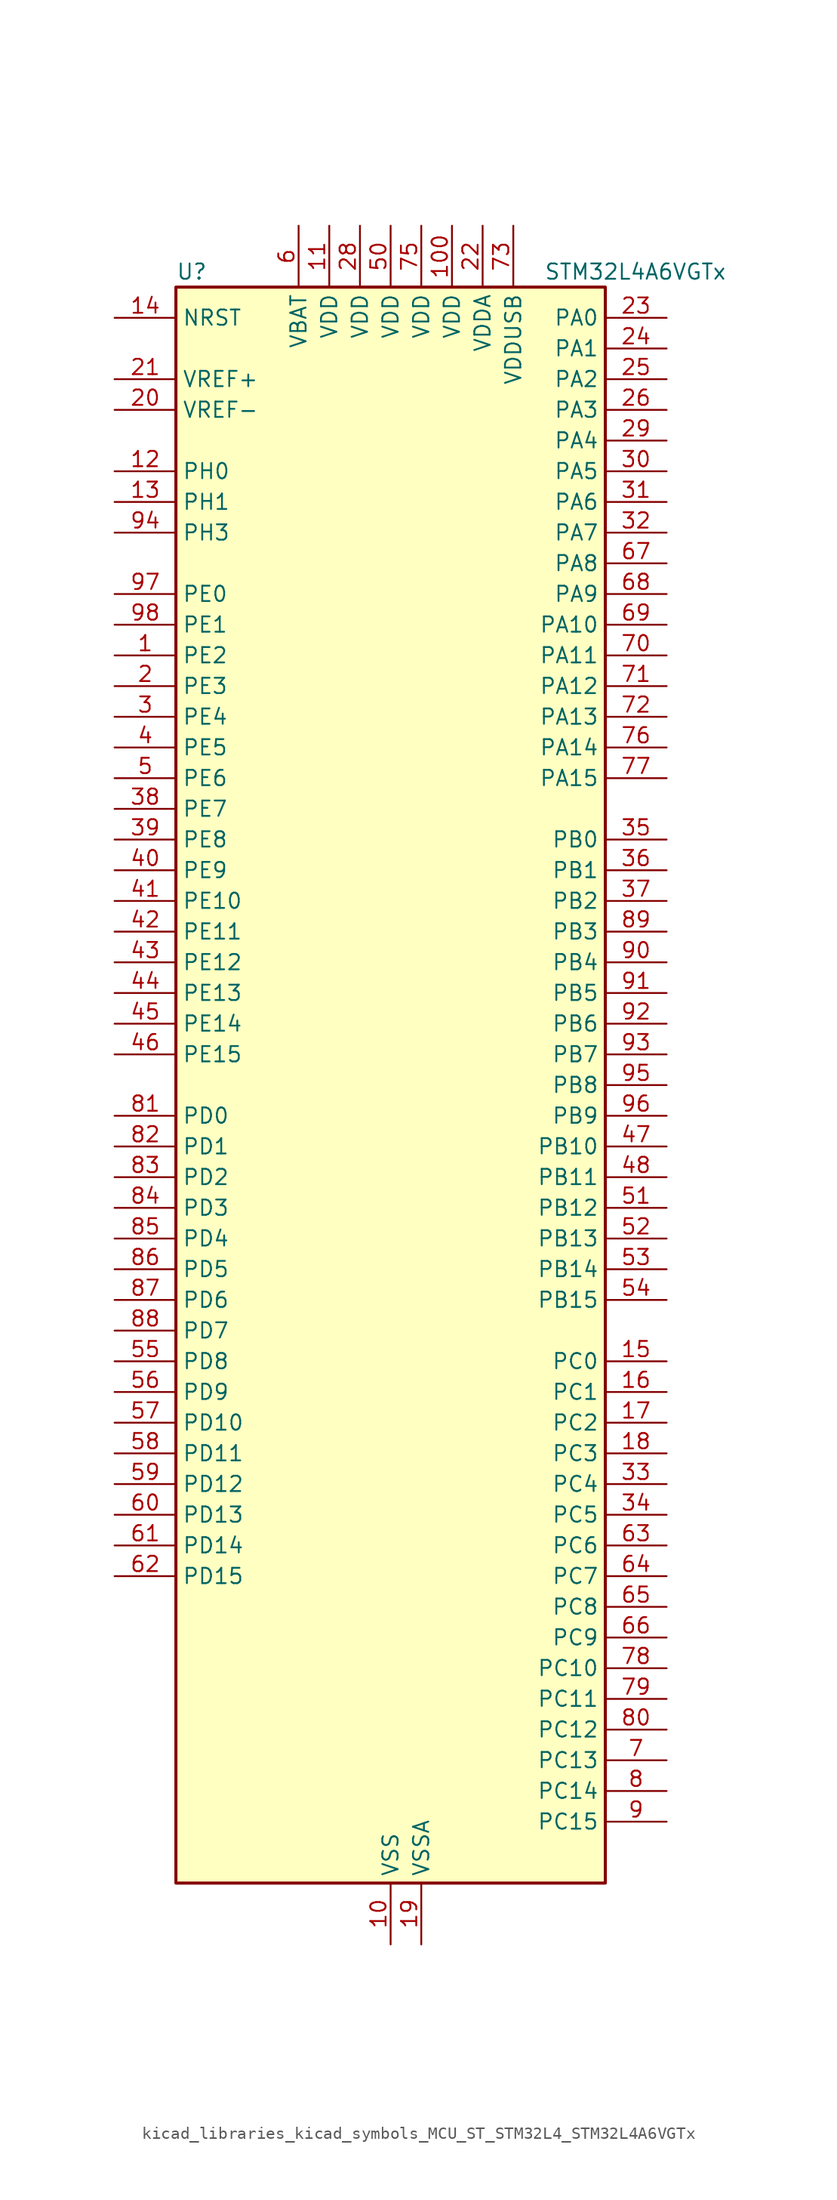
<source format=kicad_sym>
(kicad_symbol_lib
  (version 20220914)
  (generator kicad_symbol_editor)
  (symbol "kicad_libraries_kicad_symbols_MCU_ST_STM32L4_STM32L4A6VGTx"
    (property "Reference" "U"
      (at -17.78 67.31 0)
      (effects (font (size 1.27 1.27)) (justify left)))
    (property "Value" "STM32L4A6VGTx"
      (at 12.7 67.31 0)
      (effects (font (size 1.27 1.27)) (justify left)))
    (property "ki_locked" ""
      (at 0 0 0)
      (effects (font (size 1.27 1.27))))
    (symbol "kicad_libraries_kicad_symbols_MCU_ST_STM32L4_STM32L4A6VGTx_0_1"
      (rectangle (start -17.78 -66.04) (end 17.78 66.04) (stroke (width 0.254) (type default)) (fill (type background))))
    (symbol "kicad_libraries_kicad_symbols_MCU_ST_STM32L4_STM32L4A6VGTx_1_1"
      (pin bidirectional line (at -22.86 35.56 0) (length 5.08) (name "PE2" (effects (font (size 1.27 1.27)))) (number "1" (effects (font (size 1.27 1.27)))) (alternate "FMC_A23" bidirectional line) (alternate "LCD_SEG38" bidirectional line) (alternate "SAI1_MCLK_A" bidirectional line) (alternate "SYS_TRACECLK" bidirectional line) (alternate "TIM3_ETR" bidirectional line) (alternate "TSC_G7_IO1" bidirectional line))
      (pin power_in line (at 0 -71.12 90) (length 5.08) (name "VSS" (effects (font (size 1.27 1.27)))) (number "10" (effects (font (size 1.27 1.27)))))
      (pin power_in line (at 5.08 71.12 270) (length 5.08) (name "VDD" (effects (font (size 1.27 1.27)))) (number "100" (effects (font (size 1.27 1.27)))))
      (pin power_in line (at -5.08 71.12 270) (length 5.08) (name "VDD" (effects (font (size 1.27 1.27)))) (number "11" (effects (font (size 1.27 1.27)))))
      (pin bidirectional line (at -22.86 50.8 0) (length 5.08) (name "PH0" (effects (font (size 1.27 1.27)))) (number "12" (effects (font (size 1.27 1.27)))) (alternate "RCC_OSC_IN" bidirectional line))
      (pin bidirectional line (at -22.86 48.26 0) (length 5.08) (name "PH1" (effects (font (size 1.27 1.27)))) (number "13" (effects (font (size 1.27 1.27)))) (alternate "RCC_OSC_OUT" bidirectional line))
      (pin input line (at -22.86 63.5 0) (length 5.08) (name "NRST" (effects (font (size 1.27 1.27)))) (number "14" (effects (font (size 1.27 1.27)))))
      (pin bidirectional line (at 22.86 -22.86 180) (length 5.08) (name "PC0" (effects (font (size 1.27 1.27)))) (number "15" (effects (font (size 1.27 1.27)))) (alternate "ADC1_IN1" bidirectional line) (alternate "ADC2_IN1" bidirectional line) (alternate "ADC3_IN1" bidirectional line) (alternate "DFSDM1_DATIN4" bidirectional line) (alternate "I2C3_SCL" bidirectional line) (alternate "I2C4_SCL" bidirectional line) (alternate "LCD_SEG18" bidirectional line) (alternate "LPTIM1_IN1" bidirectional line) (alternate "LPTIM2_IN1" bidirectional line) (alternate "LPUART1_RX" bidirectional line))
      (pin bidirectional line (at 22.86 -25.4 180) (length 5.08) (name "PC1" (effects (font (size 1.27 1.27)))) (number "16" (effects (font (size 1.27 1.27)))) (alternate "ADC1_IN2" bidirectional line) (alternate "ADC2_IN2" bidirectional line) (alternate "ADC3_IN2" bidirectional line) (alternate "DFSDM1_CKIN4" bidirectional line) (alternate "I2C3_SDA" bidirectional line) (alternate "I2C4_SDA" bidirectional line) (alternate "LCD_SEG19" bidirectional line) (alternate "LPTIM1_OUT" bidirectional line) (alternate "LPUART1_TX" bidirectional line) (alternate "QUADSPI_BK2_IO0" bidirectional line) (alternate "SAI1_SD_A" bidirectional line) (alternate "SPI2_MOSI" bidirectional line) (alternate "SYS_TRACED0" bidirectional line))
      (pin bidirectional line (at 22.86 -27.94 180) (length 5.08) (name "PC2" (effects (font (size 1.27 1.27)))) (number "17" (effects (font (size 1.27 1.27)))) (alternate "ADC1_IN3" bidirectional line) (alternate "ADC2_IN3" bidirectional line) (alternate "ADC3_IN3" bidirectional line) (alternate "DFSDM1_CKOUT" bidirectional line) (alternate "LCD_SEG20" bidirectional line) (alternate "LPTIM1_IN2" bidirectional line) (alternate "QUADSPI_BK2_IO1" bidirectional line) (alternate "SPI2_MISO" bidirectional line))
      (pin bidirectional line (at 22.86 -30.48 180) (length 5.08) (name "PC3" (effects (font (size 1.27 1.27)))) (number "18" (effects (font (size 1.27 1.27)))) (alternate "ADC1_IN4" bidirectional line) (alternate "ADC2_IN4" bidirectional line) (alternate "ADC3_IN4" bidirectional line) (alternate "LCD_VLCD" bidirectional line) (alternate "LPTIM1_ETR" bidirectional line) (alternate "LPTIM2_ETR" bidirectional line) (alternate "QUADSPI_BK2_IO2" bidirectional line) (alternate "SAI1_SD_A" bidirectional line) (alternate "SPI2_MOSI" bidirectional line))
      (pin power_in line (at 2.54 -71.12 90) (length 5.08) (name "VSSA" (effects (font (size 1.27 1.27)))) (number "19" (effects (font (size 1.27 1.27)))))
      (pin bidirectional line (at -22.86 33.02 0) (length 5.08) (name "PE3" (effects (font (size 1.27 1.27)))) (number "2" (effects (font (size 1.27 1.27)))) (alternate "FMC_A19" bidirectional line) (alternate "LCD_SEG39" bidirectional line) (alternate "SAI1_SD_B" bidirectional line) (alternate "SYS_TRACED0" bidirectional line) (alternate "TIM3_CH1" bidirectional line) (alternate "TSC_G7_IO2" bidirectional line))
      (pin input line (at -22.86 55.88 0) (length 5.08) (name "VREF-" (effects (font (size 1.27 1.27)))) (number "20" (effects (font (size 1.27 1.27)))))
      (pin input line (at -22.86 58.42 0) (length 5.08) (name "VREF+" (effects (font (size 1.27 1.27)))) (number "21" (effects (font (size 1.27 1.27)))) (alternate "VREFBUF_OUT" bidirectional line))
      (pin power_in line (at 7.62 71.12 270) (length 5.08) (name "VDDA" (effects (font (size 1.27 1.27)))) (number "22" (effects (font (size 1.27 1.27)))))
      (pin bidirectional line (at 22.86 63.5 180) (length 5.08) (name "PA0" (effects (font (size 1.27 1.27)))) (number "23" (effects (font (size 1.27 1.27)))) (alternate "ADC1_IN5" bidirectional line) (alternate "ADC2_IN5" bidirectional line) (alternate "OPAMP1_VINP" bidirectional line) (alternate "RTC_TAMP2" bidirectional line) (alternate "SAI1_EXTCLK" bidirectional line) (alternate "SYS_WKUP1" bidirectional line) (alternate "TIM2_CH1" bidirectional line) (alternate "TIM2_ETR" bidirectional line) (alternate "TIM5_CH1" bidirectional line) (alternate "TIM8_ETR" bidirectional line) (alternate "UART4_TX" bidirectional line) (alternate "USART2_CTS" bidirectional line))
      (pin bidirectional line (at 22.86 60.96 180) (length 5.08) (name "PA1" (effects (font (size 1.27 1.27)))) (number "24" (effects (font (size 1.27 1.27)))) (alternate "ADC1_IN6" bidirectional line) (alternate "ADC2_IN6" bidirectional line) (alternate "I2C1_SMBA" bidirectional line) (alternate "LCD_SEG0" bidirectional line) (alternate "OPAMP1_VINM" bidirectional line) (alternate "SPI1_SCK" bidirectional line) (alternate "TIM15_CH1N" bidirectional line) (alternate "TIM2_CH2" bidirectional line) (alternate "TIM5_CH2" bidirectional line) (alternate "UART4_RX" bidirectional line) (alternate "USART2_DE" bidirectional line) (alternate "USART2_RTS" bidirectional line))
      (pin bidirectional line (at 22.86 58.42 180) (length 5.08) (name "PA2" (effects (font (size 1.27 1.27)))) (number "25" (effects (font (size 1.27 1.27)))) (alternate "ADC1_IN7" bidirectional line) (alternate "ADC2_IN7" bidirectional line) (alternate "LCD_SEG1" bidirectional line) (alternate "LPUART1_TX" bidirectional line) (alternate "QUADSPI_BK1_NCS" bidirectional line) (alternate "RCC_LSCO" bidirectional line) (alternate "SAI2_EXTCLK" bidirectional line) (alternate "SYS_WKUP4" bidirectional line) (alternate "TIM15_CH1" bidirectional line) (alternate "TIM2_CH3" bidirectional line) (alternate "TIM5_CH3" bidirectional line) (alternate "USART2_TX" bidirectional line))
      (pin bidirectional line (at 22.86 55.88 180) (length 5.08) (name "PA3" (effects (font (size 1.27 1.27)))) (number "26" (effects (font (size 1.27 1.27)))) (alternate "ADC1_IN8" bidirectional line) (alternate "ADC2_IN8" bidirectional line) (alternate "LCD_SEG2" bidirectional line) (alternate "LPUART1_RX" bidirectional line) (alternate "OPAMP1_VOUT" bidirectional line) (alternate "QUADSPI_CLK" bidirectional line) (alternate "SAI1_MCLK_A" bidirectional line) (alternate "TIM15_CH2" bidirectional line) (alternate "TIM2_CH4" bidirectional line) (alternate "TIM5_CH4" bidirectional line) (alternate "USART2_RX" bidirectional line))
      (pin passive line (at 0 -71.12 90) (length 5.08) hide (name "VSS" (effects (font (size 1.27 1.27)))) (number "27" (effects (font (size 1.27 1.27)))))
      (pin power_in line (at -2.54 71.12 270) (length 5.08) (name "VDD" (effects (font (size 1.27 1.27)))) (number "28" (effects (font (size 1.27 1.27)))))
      (pin bidirectional line (at 22.86 53.34 180) (length 5.08) (name "PA4" (effects (font (size 1.27 1.27)))) (number "29" (effects (font (size 1.27 1.27)))) (alternate "ADC1_IN9" bidirectional line) (alternate "ADC2_IN9" bidirectional line) (alternate "DAC1_OUT1" bidirectional line) (alternate "DCMI_HSYNC" bidirectional line) (alternate "LPTIM2_OUT" bidirectional line) (alternate "SAI1_FS_B" bidirectional line) (alternate "SPI1_NSS" bidirectional line) (alternate "SPI3_NSS" bidirectional line) (alternate "USART2_CK" bidirectional line))
      (pin bidirectional line (at -22.86 30.48 0) (length 5.08) (name "PE4" (effects (font (size 1.27 1.27)))) (number "3" (effects (font (size 1.27 1.27)))) (alternate "DCMI_D4" bidirectional line) (alternate "DFSDM1_DATIN3" bidirectional line) (alternate "FMC_A20" bidirectional line) (alternate "SAI1_FS_A" bidirectional line) (alternate "SYS_TRACED1" bidirectional line) (alternate "TIM3_CH2" bidirectional line) (alternate "TSC_G7_IO3" bidirectional line))
      (pin bidirectional line (at 22.86 50.8 180) (length 5.08) (name "PA5" (effects (font (size 1.27 1.27)))) (number "30" (effects (font (size 1.27 1.27)))) (alternate "ADC1_IN10" bidirectional line) (alternate "ADC2_IN10" bidirectional line) (alternate "DAC1_OUT2" bidirectional line) (alternate "LPTIM2_ETR" bidirectional line) (alternate "SPI1_SCK" bidirectional line) (alternate "TIM2_CH1" bidirectional line) (alternate "TIM2_ETR" bidirectional line) (alternate "TIM8_CH1N" bidirectional line))
      (pin bidirectional line (at 22.86 48.26 180) (length 5.08) (name "PA6" (effects (font (size 1.27 1.27)))) (number "31" (effects (font (size 1.27 1.27)))) (alternate "ADC1_IN11" bidirectional line) (alternate "ADC2_IN11" bidirectional line) (alternate "DCMI_PIXCLK" bidirectional line) (alternate "LCD_SEG3" bidirectional line) (alternate "LPUART1_CTS" bidirectional line) (alternate "OPAMP2_VINP" bidirectional line) (alternate "QUADSPI_BK1_IO3" bidirectional line) (alternate "SPI1_MISO" bidirectional line) (alternate "TIM16_CH1" bidirectional line) (alternate "TIM1_BKIN" bidirectional line) (alternate "TIM1_BKIN_COMP2" bidirectional line) (alternate "TIM3_CH1" bidirectional line) (alternate "TIM8_BKIN" bidirectional line) (alternate "TIM8_BKIN_COMP2" bidirectional line) (alternate "USART3_CTS" bidirectional line))
      (pin bidirectional line (at 22.86 45.72 180) (length 5.08) (name "PA7" (effects (font (size 1.27 1.27)))) (number "32" (effects (font (size 1.27 1.27)))) (alternate "ADC1_IN12" bidirectional line) (alternate "ADC2_IN12" bidirectional line) (alternate "I2C3_SCL" bidirectional line) (alternate "LCD_SEG4" bidirectional line) (alternate "OPAMP2_VINM" bidirectional line) (alternate "QUADSPI_BK1_IO2" bidirectional line) (alternate "SPI1_MOSI" bidirectional line) (alternate "TIM17_CH1" bidirectional line) (alternate "TIM1_CH1N" bidirectional line) (alternate "TIM3_CH2" bidirectional line) (alternate "TIM8_CH1N" bidirectional line))
      (pin bidirectional line (at 22.86 -33.02 180) (length 5.08) (name "PC4" (effects (font (size 1.27 1.27)))) (number "33" (effects (font (size 1.27 1.27)))) (alternate "ADC1_IN13" bidirectional line) (alternate "ADC2_IN13" bidirectional line) (alternate "COMP1_INM" bidirectional line) (alternate "LCD_SEG22" bidirectional line) (alternate "QUADSPI_BK2_IO3" bidirectional line) (alternate "USART3_TX" bidirectional line))
      (pin bidirectional line (at 22.86 -35.56 180) (length 5.08) (name "PC5" (effects (font (size 1.27 1.27)))) (number "34" (effects (font (size 1.27 1.27)))) (alternate "ADC1_IN14" bidirectional line) (alternate "ADC2_IN14" bidirectional line) (alternate "COMP1_INP" bidirectional line) (alternate "LCD_SEG23" bidirectional line) (alternate "SYS_WKUP5" bidirectional line) (alternate "USART3_RX" bidirectional line))
      (pin bidirectional line (at 22.86 20.32 180) (length 5.08) (name "PB0" (effects (font (size 1.27 1.27)))) (number "35" (effects (font (size 1.27 1.27)))) (alternate "ADC1_IN15" bidirectional line) (alternate "ADC2_IN15" bidirectional line) (alternate "COMP1_OUT" bidirectional line) (alternate "LCD_SEG5" bidirectional line) (alternate "OPAMP2_VOUT" bidirectional line) (alternate "QUADSPI_BK1_IO1" bidirectional line) (alternate "SAI1_EXTCLK" bidirectional line) (alternate "SPI1_NSS" bidirectional line) (alternate "TIM1_CH2N" bidirectional line) (alternate "TIM3_CH3" bidirectional line) (alternate "TIM8_CH2N" bidirectional line) (alternate "USART3_CK" bidirectional line))
      (pin bidirectional line (at 22.86 17.78 180) (length 5.08) (name "PB1" (effects (font (size 1.27 1.27)))) (number "36" (effects (font (size 1.27 1.27)))) (alternate "ADC1_IN16" bidirectional line) (alternate "ADC2_IN16" bidirectional line) (alternate "COMP1_INM" bidirectional line) (alternate "DFSDM1_DATIN0" bidirectional line) (alternate "LCD_SEG6" bidirectional line) (alternate "LPTIM2_IN1" bidirectional line) (alternate "LPUART1_DE" bidirectional line) (alternate "LPUART1_RTS" bidirectional line) (alternate "QUADSPI_BK1_IO0" bidirectional line) (alternate "TIM1_CH3N" bidirectional line) (alternate "TIM3_CH4" bidirectional line) (alternate "TIM8_CH3N" bidirectional line) (alternate "USART3_DE" bidirectional line) (alternate "USART3_RTS" bidirectional line))
      (pin bidirectional line (at 22.86 15.24 180) (length 5.08) (name "PB2" (effects (font (size 1.27 1.27)))) (number "37" (effects (font (size 1.27 1.27)))) (alternate "COMP1_INP" bidirectional line) (alternate "DFSDM1_CKIN0" bidirectional line) (alternate "I2C3_SMBA" bidirectional line) (alternate "LCD_VLCD" bidirectional line) (alternate "LPTIM1_OUT" bidirectional line) (alternate "RTC_OUT_ALARM" bidirectional line) (alternate "RTC_OUT_CALIB" bidirectional line))
      (pin bidirectional line (at -22.86 22.86 0) (length 5.08) (name "PE7" (effects (font (size 1.27 1.27)))) (number "38" (effects (font (size 1.27 1.27)))) (alternate "DFSDM1_DATIN2" bidirectional line) (alternate "FMC_D4" bidirectional line) (alternate "FMC_DA4" bidirectional line) (alternate "SAI1_SD_B" bidirectional line) (alternate "TIM1_ETR" bidirectional line))
      (pin bidirectional line (at -22.86 20.32 0) (length 5.08) (name "PE8" (effects (font (size 1.27 1.27)))) (number "39" (effects (font (size 1.27 1.27)))) (alternate "DFSDM1_CKIN2" bidirectional line) (alternate "FMC_D5" bidirectional line) (alternate "FMC_DA5" bidirectional line) (alternate "SAI1_SCK_B" bidirectional line) (alternate "TIM1_CH1N" bidirectional line))
      (pin bidirectional line (at -22.86 27.94 0) (length 5.08) (name "PE5" (effects (font (size 1.27 1.27)))) (number "4" (effects (font (size 1.27 1.27)))) (alternate "DCMI_D6" bidirectional line) (alternate "DFSDM1_CKIN3" bidirectional line) (alternate "FMC_A21" bidirectional line) (alternate "SAI1_SCK_A" bidirectional line) (alternate "SYS_TRACED2" bidirectional line) (alternate "TIM3_CH3" bidirectional line) (alternate "TSC_G7_IO4" bidirectional line))
      (pin bidirectional line (at -22.86 17.78 0) (length 5.08) (name "PE9" (effects (font (size 1.27 1.27)))) (number "40" (effects (font (size 1.27 1.27)))) (alternate "DAC1_EXTI9" bidirectional line) (alternate "DFSDM1_CKOUT" bidirectional line) (alternate "FMC_D6" bidirectional line) (alternate "FMC_DA6" bidirectional line) (alternate "SAI1_FS_B" bidirectional line) (alternate "TIM1_CH1" bidirectional line))
      (pin bidirectional line (at -22.86 15.24 0) (length 5.08) (name "PE10" (effects (font (size 1.27 1.27)))) (number "41" (effects (font (size 1.27 1.27)))) (alternate "DFSDM1_DATIN4" bidirectional line) (alternate "FMC_D7" bidirectional line) (alternate "FMC_DA7" bidirectional line) (alternate "QUADSPI_CLK" bidirectional line) (alternate "SAI1_MCLK_B" bidirectional line) (alternate "TIM1_CH2N" bidirectional line) (alternate "TSC_G5_IO1" bidirectional line))
      (pin bidirectional line (at -22.86 12.7 0) (length 5.08) (name "PE11" (effects (font (size 1.27 1.27)))) (number "42" (effects (font (size 1.27 1.27)))) (alternate "ADC1_EXTI11" bidirectional line) (alternate "ADC2_EXTI11" bidirectional line) (alternate "ADC3_EXTI11" bidirectional line) (alternate "DFSDM1_CKIN4" bidirectional line) (alternate "FMC_D8" bidirectional line) (alternate "FMC_DA8" bidirectional line) (alternate "QUADSPI_BK1_NCS" bidirectional line) (alternate "TIM1_CH2" bidirectional line) (alternate "TSC_G5_IO2" bidirectional line))
      (pin bidirectional line (at -22.86 10.16 0) (length 5.08) (name "PE12" (effects (font (size 1.27 1.27)))) (number "43" (effects (font (size 1.27 1.27)))) (alternate "DFSDM1_DATIN5" bidirectional line) (alternate "FMC_D9" bidirectional line) (alternate "FMC_DA9" bidirectional line) (alternate "QUADSPI_BK1_IO0" bidirectional line) (alternate "SPI1_NSS" bidirectional line) (alternate "TIM1_CH3N" bidirectional line) (alternate "TSC_G5_IO3" bidirectional line))
      (pin bidirectional line (at -22.86 7.62 0) (length 5.08) (name "PE13" (effects (font (size 1.27 1.27)))) (number "44" (effects (font (size 1.27 1.27)))) (alternate "DFSDM1_CKIN5" bidirectional line) (alternate "FMC_D10" bidirectional line) (alternate "FMC_DA10" bidirectional line) (alternate "QUADSPI_BK1_IO1" bidirectional line) (alternate "SPI1_SCK" bidirectional line) (alternate "TIM1_CH3" bidirectional line) (alternate "TSC_G5_IO4" bidirectional line))
      (pin bidirectional line (at -22.86 5.08 0) (length 5.08) (name "PE14" (effects (font (size 1.27 1.27)))) (number "45" (effects (font (size 1.27 1.27)))) (alternate "FMC_D11" bidirectional line) (alternate "FMC_DA11" bidirectional line) (alternate "QUADSPI_BK1_IO2" bidirectional line) (alternate "SPI1_MISO" bidirectional line) (alternate "TIM1_BKIN2" bidirectional line) (alternate "TIM1_BKIN2_COMP2" bidirectional line) (alternate "TIM1_CH4" bidirectional line))
      (pin bidirectional line (at -22.86 2.54 0) (length 5.08) (name "PE15" (effects (font (size 1.27 1.27)))) (number "46" (effects (font (size 1.27 1.27)))) (alternate "ADC1_EXTI15" bidirectional line) (alternate "ADC2_EXTI15" bidirectional line) (alternate "ADC3_EXTI15" bidirectional line) (alternate "FMC_D12" bidirectional line) (alternate "FMC_DA12" bidirectional line) (alternate "QUADSPI_BK1_IO3" bidirectional line) (alternate "SPI1_MOSI" bidirectional line) (alternate "TIM1_BKIN" bidirectional line) (alternate "TIM1_BKIN_COMP1" bidirectional line))
      (pin bidirectional line (at 22.86 -5.08 180) (length 5.08) (name "PB10" (effects (font (size 1.27 1.27)))) (number "47" (effects (font (size 1.27 1.27)))) (alternate "COMP1_OUT" bidirectional line) (alternate "DFSDM1_DATIN7" bidirectional line) (alternate "I2C2_SCL" bidirectional line) (alternate "I2C4_SCL" bidirectional line) (alternate "LCD_SEG10" bidirectional line) (alternate "LPUART1_RX" bidirectional line) (alternate "QUADSPI_CLK" bidirectional line) (alternate "SAI1_SCK_A" bidirectional line) (alternate "SPI2_SCK" bidirectional line) (alternate "TIM2_CH3" bidirectional line) (alternate "TSC_SYNC" bidirectional line) (alternate "USART3_TX" bidirectional line))
      (pin bidirectional line (at 22.86 -7.62 180) (length 5.08) (name "PB11" (effects (font (size 1.27 1.27)))) (number "48" (effects (font (size 1.27 1.27)))) (alternate "ADC1_EXTI11" bidirectional line) (alternate "ADC2_EXTI11" bidirectional line) (alternate "ADC3_EXTI11" bidirectional line) (alternate "COMP2_OUT" bidirectional line) (alternate "DFSDM1_CKIN7" bidirectional line) (alternate "I2C2_SDA" bidirectional line) (alternate "I2C4_SDA" bidirectional line) (alternate "LCD_SEG11" bidirectional line) (alternate "LPUART1_TX" bidirectional line) (alternate "QUADSPI_BK1_NCS" bidirectional line) (alternate "TIM2_CH4" bidirectional line) (alternate "USART3_RX" bidirectional line))
      (pin passive line (at 0 -71.12 90) (length 5.08) hide (name "VSS" (effects (font (size 1.27 1.27)))) (number "49" (effects (font (size 1.27 1.27)))))
      (pin bidirectional line (at -22.86 25.4 0) (length 5.08) (name "PE6" (effects (font (size 1.27 1.27)))) (number "5" (effects (font (size 1.27 1.27)))) (alternate "DCMI_D7" bidirectional line) (alternate "FMC_A22" bidirectional line) (alternate "RTC_TAMP3" bidirectional line) (alternate "SAI1_SD_A" bidirectional line) (alternate "SYS_TRACED3" bidirectional line) (alternate "SYS_WKUP3" bidirectional line) (alternate "TIM3_CH4" bidirectional line))
      (pin power_in line (at 0 71.12 270) (length 5.08) (name "VDD" (effects (font (size 1.27 1.27)))) (number "50" (effects (font (size 1.27 1.27)))))
      (pin bidirectional line (at 22.86 -10.16 180) (length 5.08) (name "PB12" (effects (font (size 1.27 1.27)))) (number "51" (effects (font (size 1.27 1.27)))) (alternate "CAN2_RX" bidirectional line) (alternate "DFSDM1_DATIN1" bidirectional line) (alternate "I2C2_SMBA" bidirectional line) (alternate "LCD_SEG12" bidirectional line) (alternate "LPUART1_DE" bidirectional line) (alternate "LPUART1_RTS" bidirectional line) (alternate "SAI2_FS_A" bidirectional line) (alternate "SPI2_NSS" bidirectional line) (alternate "SWPMI1_IO" bidirectional line) (alternate "TIM15_BKIN" bidirectional line) (alternate "TIM1_BKIN" bidirectional line) (alternate "TIM1_BKIN_COMP2" bidirectional line) (alternate "TSC_G1_IO1" bidirectional line) (alternate "USART3_CK" bidirectional line))
      (pin bidirectional line (at 22.86 -12.7 180) (length 5.08) (name "PB13" (effects (font (size 1.27 1.27)))) (number "52" (effects (font (size 1.27 1.27)))) (alternate "CAN2_TX" bidirectional line) (alternate "DFSDM1_CKIN1" bidirectional line) (alternate "I2C2_SCL" bidirectional line) (alternate "LCD_SEG13" bidirectional line) (alternate "LPUART1_CTS" bidirectional line) (alternate "SAI2_SCK_A" bidirectional line) (alternate "SPI2_SCK" bidirectional line) (alternate "SWPMI1_TX" bidirectional line) (alternate "TIM15_CH1N" bidirectional line) (alternate "TIM1_CH1N" bidirectional line) (alternate "TSC_G1_IO2" bidirectional line) (alternate "USART3_CTS" bidirectional line))
      (pin bidirectional line (at 22.86 -15.24 180) (length 5.08) (name "PB14" (effects (font (size 1.27 1.27)))) (number "53" (effects (font (size 1.27 1.27)))) (alternate "DFSDM1_DATIN2" bidirectional line) (alternate "I2C2_SDA" bidirectional line) (alternate "LCD_SEG14" bidirectional line) (alternate "SAI2_MCLK_A" bidirectional line) (alternate "SPI2_MISO" bidirectional line) (alternate "SWPMI1_RX" bidirectional line) (alternate "TIM15_CH1" bidirectional line) (alternate "TIM1_CH2N" bidirectional line) (alternate "TIM8_CH2N" bidirectional line) (alternate "TSC_G1_IO3" bidirectional line) (alternate "USART3_DE" bidirectional line) (alternate "USART3_RTS" bidirectional line))
      (pin bidirectional line (at 22.86 -17.78 180) (length 5.08) (name "PB15" (effects (font (size 1.27 1.27)))) (number "54" (effects (font (size 1.27 1.27)))) (alternate "ADC1_EXTI15" bidirectional line) (alternate "ADC2_EXTI15" bidirectional line) (alternate "ADC3_EXTI15" bidirectional line) (alternate "DFSDM1_CKIN2" bidirectional line) (alternate "LCD_SEG15" bidirectional line) (alternate "RTC_REFIN" bidirectional line) (alternate "SAI2_SD_A" bidirectional line) (alternate "SPI2_MOSI" bidirectional line) (alternate "SWPMI1_SUSPEND" bidirectional line) (alternate "TIM15_CH2" bidirectional line) (alternate "TIM1_CH3N" bidirectional line) (alternate "TIM8_CH3N" bidirectional line) (alternate "TSC_G1_IO4" bidirectional line))
      (pin bidirectional line (at -22.86 -22.86 0) (length 5.08) (name "PD8" (effects (font (size 1.27 1.27)))) (number "55" (effects (font (size 1.27 1.27)))) (alternate "DCMI_HSYNC" bidirectional line) (alternate "FMC_D13" bidirectional line) (alternate "FMC_DA13" bidirectional line) (alternate "LCD_SEG28" bidirectional line) (alternate "USART3_TX" bidirectional line))
      (pin bidirectional line (at -22.86 -25.4 0) (length 5.08) (name "PD9" (effects (font (size 1.27 1.27)))) (number "56" (effects (font (size 1.27 1.27)))) (alternate "DAC1_EXTI9" bidirectional line) (alternate "DCMI_PIXCLK" bidirectional line) (alternate "FMC_D14" bidirectional line) (alternate "FMC_DA14" bidirectional line) (alternate "LCD_SEG29" bidirectional line) (alternate "SAI2_MCLK_A" bidirectional line) (alternate "USART3_RX" bidirectional line))
      (pin bidirectional line (at -22.86 -27.94 0) (length 5.08) (name "PD10" (effects (font (size 1.27 1.27)))) (number "57" (effects (font (size 1.27 1.27)))) (alternate "FMC_D15" bidirectional line) (alternate "FMC_DA15" bidirectional line) (alternate "LCD_SEG30" bidirectional line) (alternate "SAI2_SCK_A" bidirectional line) (alternate "TSC_G6_IO1" bidirectional line) (alternate "USART3_CK" bidirectional line))
      (pin bidirectional line (at -22.86 -30.48 0) (length 5.08) (name "PD11" (effects (font (size 1.27 1.27)))) (number "58" (effects (font (size 1.27 1.27)))) (alternate "ADC1_EXTI11" bidirectional line) (alternate "ADC2_EXTI11" bidirectional line) (alternate "ADC3_EXTI11" bidirectional line) (alternate "FMC_A16" bidirectional line) (alternate "FMC_CLE" bidirectional line) (alternate "I2C4_SMBA" bidirectional line) (alternate "LCD_SEG31" bidirectional line) (alternate "LPTIM2_ETR" bidirectional line) (alternate "SAI2_SD_A" bidirectional line) (alternate "TSC_G6_IO2" bidirectional line) (alternate "USART3_CTS" bidirectional line))
      (pin bidirectional line (at -22.86 -33.02 0) (length 5.08) (name "PD12" (effects (font (size 1.27 1.27)))) (number "59" (effects (font (size 1.27 1.27)))) (alternate "FMC_A17" bidirectional line) (alternate "FMC_ALE" bidirectional line) (alternate "I2C4_SCL" bidirectional line) (alternate "LCD_SEG32" bidirectional line) (alternate "LPTIM2_IN1" bidirectional line) (alternate "SAI2_FS_A" bidirectional line) (alternate "TIM4_CH1" bidirectional line) (alternate "TSC_G6_IO3" bidirectional line) (alternate "USART3_DE" bidirectional line) (alternate "USART3_RTS" bidirectional line))
      (pin power_in line (at -7.62 71.12 270) (length 5.08) (name "VBAT" (effects (font (size 1.27 1.27)))) (number "6" (effects (font (size 1.27 1.27)))))
      (pin bidirectional line (at -22.86 -35.56 0) (length 5.08) (name "PD13" (effects (font (size 1.27 1.27)))) (number "60" (effects (font (size 1.27 1.27)))) (alternate "FMC_A18" bidirectional line) (alternate "I2C4_SDA" bidirectional line) (alternate "LCD_SEG33" bidirectional line) (alternate "LPTIM2_OUT" bidirectional line) (alternate "TIM4_CH2" bidirectional line) (alternate "TSC_G6_IO4" bidirectional line))
      (pin bidirectional line (at -22.86 -38.1 0) (length 5.08) (name "PD14" (effects (font (size 1.27 1.27)))) (number "61" (effects (font (size 1.27 1.27)))) (alternate "FMC_D0" bidirectional line) (alternate "FMC_DA0" bidirectional line) (alternate "LCD_SEG34" bidirectional line) (alternate "TIM4_CH3" bidirectional line))
      (pin bidirectional line (at -22.86 -40.64 0) (length 5.08) (name "PD15" (effects (font (size 1.27 1.27)))) (number "62" (effects (font (size 1.27 1.27)))) (alternate "ADC1_EXTI15" bidirectional line) (alternate "ADC2_EXTI15" bidirectional line) (alternate "ADC3_EXTI15" bidirectional line) (alternate "FMC_D1" bidirectional line) (alternate "FMC_DA1" bidirectional line) (alternate "LCD_SEG35" bidirectional line) (alternate "TIM4_CH4" bidirectional line))
      (pin bidirectional line (at 22.86 -38.1 180) (length 5.08) (name "PC6" (effects (font (size 1.27 1.27)))) (number "63" (effects (font (size 1.27 1.27)))) (alternate "DCMI_D0" bidirectional line) (alternate "DFSDM1_CKIN3" bidirectional line) (alternate "LCD_SEG24" bidirectional line) (alternate "SAI2_MCLK_A" bidirectional line) (alternate "SDMMC1_D6" bidirectional line) (alternate "TIM3_CH1" bidirectional line) (alternate "TIM8_CH1" bidirectional line) (alternate "TSC_G4_IO1" bidirectional line))
      (pin bidirectional line (at 22.86 -40.64 180) (length 5.08) (name "PC7" (effects (font (size 1.27 1.27)))) (number "64" (effects (font (size 1.27 1.27)))) (alternate "DCMI_D1" bidirectional line) (alternate "DFSDM1_DATIN3" bidirectional line) (alternate "LCD_SEG25" bidirectional line) (alternate "SAI2_MCLK_B" bidirectional line) (alternate "SDMMC1_D7" bidirectional line) (alternate "TIM3_CH2" bidirectional line) (alternate "TIM8_CH2" bidirectional line) (alternate "TSC_G4_IO2" bidirectional line))
      (pin bidirectional line (at 22.86 -43.18 180) (length 5.08) (name "PC8" (effects (font (size 1.27 1.27)))) (number "65" (effects (font (size 1.27 1.27)))) (alternate "DCMI_D2" bidirectional line) (alternate "LCD_SEG26" bidirectional line) (alternate "SDMMC1_D0" bidirectional line) (alternate "TIM3_CH3" bidirectional line) (alternate "TIM8_CH3" bidirectional line) (alternate "TSC_G4_IO3" bidirectional line))
      (pin bidirectional line (at 22.86 -45.72 180) (length 5.08) (name "PC9" (effects (font (size 1.27 1.27)))) (number "66" (effects (font (size 1.27 1.27)))) (alternate "DAC1_EXTI9" bidirectional line) (alternate "DCMI_D3" bidirectional line) (alternate "I2C3_SDA" bidirectional line) (alternate "LCD_SEG27" bidirectional line) (alternate "SAI2_EXTCLK" bidirectional line) (alternate "SDMMC1_D1" bidirectional line) (alternate "TIM3_CH4" bidirectional line) (alternate "TIM8_BKIN2" bidirectional line) (alternate "TIM8_BKIN2_COMP1" bidirectional line) (alternate "TIM8_CH4" bidirectional line) (alternate "TSC_G4_IO4" bidirectional line) (alternate "USB_OTG_FS_NOE" bidirectional line))
      (pin bidirectional line (at 22.86 43.18 180) (length 5.08) (name "PA8" (effects (font (size 1.27 1.27)))) (number "67" (effects (font (size 1.27 1.27)))) (alternate "LCD_COM0" bidirectional line) (alternate "LPTIM2_OUT" bidirectional line) (alternate "RCC_MCO" bidirectional line) (alternate "SAI1_SCK_A" bidirectional line) (alternate "SWPMI1_IO" bidirectional line) (alternate "TIM1_CH1" bidirectional line) (alternate "USART1_CK" bidirectional line) (alternate "USB_OTG_FS_SOF" bidirectional line))
      (pin bidirectional line (at 22.86 40.64 180) (length 5.08) (name "PA9" (effects (font (size 1.27 1.27)))) (number "68" (effects (font (size 1.27 1.27)))) (alternate "DAC1_EXTI9" bidirectional line) (alternate "DCMI_D0" bidirectional line) (alternate "LCD_COM1" bidirectional line) (alternate "SAI1_FS_A" bidirectional line) (alternate "SPI2_SCK" bidirectional line) (alternate "TIM15_BKIN" bidirectional line) (alternate "TIM1_CH2" bidirectional line) (alternate "USART1_TX" bidirectional line) (alternate "USB_OTG_FS_VBUS" bidirectional line))
      (pin bidirectional line (at 22.86 38.1 180) (length 5.08) (name "PA10" (effects (font (size 1.27 1.27)))) (number "69" (effects (font (size 1.27 1.27)))) (alternate "DCMI_D1" bidirectional line) (alternate "LCD_COM2" bidirectional line) (alternate "SAI1_SD_A" bidirectional line) (alternate "TIM17_BKIN" bidirectional line) (alternate "TIM1_CH3" bidirectional line) (alternate "USART1_RX" bidirectional line) (alternate "USB_OTG_FS_ID" bidirectional line))
      (pin bidirectional line (at 22.86 -55.88 180) (length 5.08) (name "PC13" (effects (font (size 1.27 1.27)))) (number "7" (effects (font (size 1.27 1.27)))) (alternate "RTC_OUT_ALARM" bidirectional line) (alternate "RTC_OUT_CALIB" bidirectional line) (alternate "RTC_TAMP1" bidirectional line) (alternate "RTC_TS" bidirectional line) (alternate "SYS_WKUP2" bidirectional line))
      (pin bidirectional line (at 22.86 35.56 180) (length 5.08) (name "PA11" (effects (font (size 1.27 1.27)))) (number "70" (effects (font (size 1.27 1.27)))) (alternate "ADC1_EXTI11" bidirectional line) (alternate "ADC2_EXTI11" bidirectional line) (alternate "ADC3_EXTI11" bidirectional line) (alternate "CAN1_RX" bidirectional line) (alternate "SPI1_MISO" bidirectional line) (alternate "TIM1_BKIN2" bidirectional line) (alternate "TIM1_BKIN2_COMP1" bidirectional line) (alternate "TIM1_CH4" bidirectional line) (alternate "USART1_CTS" bidirectional line) (alternate "USB_OTG_FS_DM" bidirectional line))
      (pin bidirectional line (at 22.86 33.02 180) (length 5.08) (name "PA12" (effects (font (size 1.27 1.27)))) (number "71" (effects (font (size 1.27 1.27)))) (alternate "CAN1_TX" bidirectional line) (alternate "SPI1_MOSI" bidirectional line) (alternate "TIM1_ETR" bidirectional line) (alternate "USART1_DE" bidirectional line) (alternate "USART1_RTS" bidirectional line) (alternate "USB_OTG_FS_DP" bidirectional line))
      (pin bidirectional line (at 22.86 30.48 180) (length 5.08) (name "PA13" (effects (font (size 1.27 1.27)))) (number "72" (effects (font (size 1.27 1.27)))) (alternate "IR_OUT" bidirectional line) (alternate "SAI1_SD_B" bidirectional line) (alternate "SWPMI1_TX" bidirectional line) (alternate "SYS_JTMS-SWDIO" bidirectional line) (alternate "USB_OTG_FS_NOE" bidirectional line))
      (pin power_in line (at 10.16 71.12 270) (length 5.08) (name "VDDUSB" (effects (font (size 1.27 1.27)))) (number "73" (effects (font (size 1.27 1.27)))))
      (pin passive line (at 0 -71.12 90) (length 5.08) hide (name "VSS" (effects (font (size 1.27 1.27)))) (number "74" (effects (font (size 1.27 1.27)))))
      (pin power_in line (at 2.54 71.12 270) (length 5.08) (name "VDD" (effects (font (size 1.27 1.27)))) (number "75" (effects (font (size 1.27 1.27)))))
      (pin bidirectional line (at 22.86 27.94 180) (length 5.08) (name "PA14" (effects (font (size 1.27 1.27)))) (number "76" (effects (font (size 1.27 1.27)))) (alternate "I2C1_SMBA" bidirectional line) (alternate "I2C4_SMBA" bidirectional line) (alternate "LPTIM1_OUT" bidirectional line) (alternate "SAI1_FS_B" bidirectional line) (alternate "SWPMI1_RX" bidirectional line) (alternate "SYS_JTCK-SWCLK" bidirectional line) (alternate "USB_OTG_FS_SOF" bidirectional line))
      (pin bidirectional line (at 22.86 25.4 180) (length 5.08) (name "PA15" (effects (font (size 1.27 1.27)))) (number "77" (effects (font (size 1.27 1.27)))) (alternate "ADC1_EXTI15" bidirectional line) (alternate "ADC2_EXTI15" bidirectional line) (alternate "ADC3_EXTI15" bidirectional line) (alternate "LCD_SEG17" bidirectional line) (alternate "SAI2_FS_B" bidirectional line) (alternate "SPI1_NSS" bidirectional line) (alternate "SPI3_NSS" bidirectional line) (alternate "SWPMI1_SUSPEND" bidirectional line) (alternate "SYS_JTDI" bidirectional line) (alternate "TIM2_CH1" bidirectional line) (alternate "TIM2_ETR" bidirectional line) (alternate "TSC_G3_IO1" bidirectional line) (alternate "UART4_DE" bidirectional line) (alternate "UART4_RTS" bidirectional line) (alternate "USART2_RX" bidirectional line) (alternate "USART3_DE" bidirectional line) (alternate "USART3_RTS" bidirectional line))
      (pin bidirectional line (at 22.86 -48.26 180) (length 5.08) (name "PC10" (effects (font (size 1.27 1.27)))) (number "78" (effects (font (size 1.27 1.27)))) (alternate "DCMI_D8" bidirectional line) (alternate "LCD_COM4" bidirectional line) (alternate "LCD_SEG28" bidirectional line) (alternate "LCD_SEG40" bidirectional line) (alternate "SAI2_SCK_B" bidirectional line) (alternate "SDMMC1_D2" bidirectional line) (alternate "SPI3_SCK" bidirectional line) (alternate "SYS_TRACED1" bidirectional line) (alternate "TSC_G3_IO2" bidirectional line) (alternate "UART4_TX" bidirectional line) (alternate "USART3_TX" bidirectional line))
      (pin bidirectional line (at 22.86 -50.8 180) (length 5.08) (name "PC11" (effects (font (size 1.27 1.27)))) (number "79" (effects (font (size 1.27 1.27)))) (alternate "ADC1_EXTI11" bidirectional line) (alternate "ADC2_EXTI11" bidirectional line) (alternate "ADC3_EXTI11" bidirectional line) (alternate "DCMI_D4" bidirectional line) (alternate "LCD_COM5" bidirectional line) (alternate "LCD_SEG29" bidirectional line) (alternate "LCD_SEG41" bidirectional line) (alternate "QUADSPI_BK2_NCS" bidirectional line) (alternate "SAI2_MCLK_B" bidirectional line) (alternate "SDMMC1_D3" bidirectional line) (alternate "SPI3_MISO" bidirectional line) (alternate "TSC_G3_IO3" bidirectional line) (alternate "UART4_RX" bidirectional line) (alternate "USART3_RX" bidirectional line))
      (pin bidirectional line (at 22.86 -58.42 180) (length 5.08) (name "PC14" (effects (font (size 1.27 1.27)))) (number "8" (effects (font (size 1.27 1.27)))) (alternate "RCC_OSC32_IN" bidirectional line))
      (pin bidirectional line (at 22.86 -53.34 180) (length 5.08) (name "PC12" (effects (font (size 1.27 1.27)))) (number "80" (effects (font (size 1.27 1.27)))) (alternate "DCMI_D9" bidirectional line) (alternate "LCD_COM6" bidirectional line) (alternate "LCD_SEG30" bidirectional line) (alternate "LCD_SEG42" bidirectional line) (alternate "SAI2_SD_B" bidirectional line) (alternate "SDMMC1_CK" bidirectional line) (alternate "SPI3_MOSI" bidirectional line) (alternate "SYS_TRACED3" bidirectional line) (alternate "TSC_G3_IO4" bidirectional line) (alternate "UART5_TX" bidirectional line) (alternate "USART3_CK" bidirectional line))
      (pin bidirectional line (at -22.86 -2.54 0) (length 5.08) (name "PD0" (effects (font (size 1.27 1.27)))) (number "81" (effects (font (size 1.27 1.27)))) (alternate "CAN1_RX" bidirectional line) (alternate "DFSDM1_DATIN7" bidirectional line) (alternate "FMC_D2" bidirectional line) (alternate "FMC_DA2" bidirectional line) (alternate "SPI2_NSS" bidirectional line))
      (pin bidirectional line (at -22.86 -5.08 0) (length 5.08) (name "PD1" (effects (font (size 1.27 1.27)))) (number "82" (effects (font (size 1.27 1.27)))) (alternate "CAN1_TX" bidirectional line) (alternate "DFSDM1_CKIN7" bidirectional line) (alternate "FMC_D3" bidirectional line) (alternate "FMC_DA3" bidirectional line) (alternate "SPI2_SCK" bidirectional line))
      (pin bidirectional line (at -22.86 -7.62 0) (length 5.08) (name "PD2" (effects (font (size 1.27 1.27)))) (number "83" (effects (font (size 1.27 1.27)))) (alternate "DCMI_D11" bidirectional line) (alternate "LCD_COM7" bidirectional line) (alternate "LCD_SEG31" bidirectional line) (alternate "LCD_SEG43" bidirectional line) (alternate "SDMMC1_CMD" bidirectional line) (alternate "SYS_TRACED2" bidirectional line) (alternate "TIM3_ETR" bidirectional line) (alternate "TSC_SYNC" bidirectional line) (alternate "UART5_RX" bidirectional line) (alternate "USART3_DE" bidirectional line) (alternate "USART3_RTS" bidirectional line))
      (pin bidirectional line (at -22.86 -10.16 0) (length 5.08) (name "PD3" (effects (font (size 1.27 1.27)))) (number "84" (effects (font (size 1.27 1.27)))) (alternate "DCMI_D5" bidirectional line) (alternate "DFSDM1_DATIN0" bidirectional line) (alternate "FMC_CLK" bidirectional line) (alternate "QUADSPI_BK2_NCS" bidirectional line) (alternate "SPI2_MISO" bidirectional line) (alternate "SPI2_SCK" bidirectional line) (alternate "USART2_CTS" bidirectional line))
      (pin bidirectional line (at -22.86 -12.7 0) (length 5.08) (name "PD4" (effects (font (size 1.27 1.27)))) (number "85" (effects (font (size 1.27 1.27)))) (alternate "DFSDM1_CKIN0" bidirectional line) (alternate "FMC_NOE" bidirectional line) (alternate "QUADSPI_BK2_IO0" bidirectional line) (alternate "SPI2_MOSI" bidirectional line) (alternate "USART2_DE" bidirectional line) (alternate "USART2_RTS" bidirectional line))
      (pin bidirectional line (at -22.86 -15.24 0) (length 5.08) (name "PD5" (effects (font (size 1.27 1.27)))) (number "86" (effects (font (size 1.27 1.27)))) (alternate "FMC_NWE" bidirectional line) (alternate "QUADSPI_BK2_IO1" bidirectional line) (alternate "USART2_TX" bidirectional line))
      (pin bidirectional line (at -22.86 -17.78 0) (length 5.08) (name "PD6" (effects (font (size 1.27 1.27)))) (number "87" (effects (font (size 1.27 1.27)))) (alternate "DCMI_D10" bidirectional line) (alternate "DFSDM1_DATIN1" bidirectional line) (alternate "FMC_NWAIT" bidirectional line) (alternate "QUADSPI_BK2_IO1" bidirectional line) (alternate "QUADSPI_BK2_IO2" bidirectional line) (alternate "SAI1_SD_A" bidirectional line) (alternate "USART2_RX" bidirectional line))
      (pin bidirectional line (at -22.86 -20.32 0) (length 5.08) (name "PD7" (effects (font (size 1.27 1.27)))) (number "88" (effects (font (size 1.27 1.27)))) (alternate "DFSDM1_CKIN1" bidirectional line) (alternate "FMC_NE1" bidirectional line) (alternate "QUADSPI_BK2_IO3" bidirectional line) (alternate "USART2_CK" bidirectional line))
      (pin bidirectional line (at 22.86 12.7 180) (length 5.08) (name "PB3" (effects (font (size 1.27 1.27)))) (number "89" (effects (font (size 1.27 1.27)))) (alternate "COMP2_INM" bidirectional line) (alternate "CRS_SYNC" bidirectional line) (alternate "LCD_SEG7" bidirectional line) (alternate "SAI1_SCK_B" bidirectional line) (alternate "SPI1_SCK" bidirectional line) (alternate "SPI3_SCK" bidirectional line) (alternate "SYS_JTDO-SWO" bidirectional line) (alternate "TIM2_CH2" bidirectional line) (alternate "USART1_DE" bidirectional line) (alternate "USART1_RTS" bidirectional line))
      (pin bidirectional line (at 22.86 -60.96 180) (length 5.08) (name "PC15" (effects (font (size 1.27 1.27)))) (number "9" (effects (font (size 1.27 1.27)))) (alternate "ADC1_EXTI15" bidirectional line) (alternate "ADC2_EXTI15" bidirectional line) (alternate "ADC3_EXTI15" bidirectional line) (alternate "RCC_OSC32_OUT" bidirectional line))
      (pin bidirectional line (at 22.86 10.16 180) (length 5.08) (name "PB4" (effects (font (size 1.27 1.27)))) (number "90" (effects (font (size 1.27 1.27)))) (alternate "COMP2_INP" bidirectional line) (alternate "DCMI_D12" bidirectional line) (alternate "I2C3_SDA" bidirectional line) (alternate "LCD_SEG8" bidirectional line) (alternate "SAI1_MCLK_B" bidirectional line) (alternate "SPI1_MISO" bidirectional line) (alternate "SPI3_MISO" bidirectional line) (alternate "SYS_JTRST" bidirectional line) (alternate "TIM17_BKIN" bidirectional line) (alternate "TIM3_CH1" bidirectional line) (alternate "TSC_G2_IO1" bidirectional line) (alternate "UART5_DE" bidirectional line) (alternate "UART5_RTS" bidirectional line) (alternate "USART1_CTS" bidirectional line))
      (pin bidirectional line (at 22.86 7.62 180) (length 5.08) (name "PB5" (effects (font (size 1.27 1.27)))) (number "91" (effects (font (size 1.27 1.27)))) (alternate "CAN2_RX" bidirectional line) (alternate "COMP2_OUT" bidirectional line) (alternate "DCMI_D10" bidirectional line) (alternate "I2C1_SMBA" bidirectional line) (alternate "LCD_SEG9" bidirectional line) (alternate "LPTIM1_IN1" bidirectional line) (alternate "SAI1_SD_B" bidirectional line) (alternate "SPI1_MOSI" bidirectional line) (alternate "SPI3_MOSI" bidirectional line) (alternate "TIM16_BKIN" bidirectional line) (alternate "TIM3_CH2" bidirectional line) (alternate "TSC_G2_IO2" bidirectional line) (alternate "UART5_CTS" bidirectional line) (alternate "USART1_CK" bidirectional line))
      (pin bidirectional line (at 22.86 5.08 180) (length 5.08) (name "PB6" (effects (font (size 1.27 1.27)))) (number "92" (effects (font (size 1.27 1.27)))) (alternate "CAN2_TX" bidirectional line) (alternate "COMP2_INP" bidirectional line) (alternate "DCMI_D5" bidirectional line) (alternate "DFSDM1_DATIN5" bidirectional line) (alternate "I2C1_SCL" bidirectional line) (alternate "I2C4_SCL" bidirectional line) (alternate "LPTIM1_ETR" bidirectional line) (alternate "SAI1_FS_B" bidirectional line) (alternate "TIM16_CH1N" bidirectional line) (alternate "TIM4_CH1" bidirectional line) (alternate "TIM8_BKIN2" bidirectional line) (alternate "TIM8_BKIN2_COMP2" bidirectional line) (alternate "TSC_G2_IO3" bidirectional line) (alternate "USART1_TX" bidirectional line))
      (pin bidirectional line (at 22.86 2.54 180) (length 5.08) (name "PB7" (effects (font (size 1.27 1.27)))) (number "93" (effects (font (size 1.27 1.27)))) (alternate "COMP2_INM" bidirectional line) (alternate "DCMI_VSYNC" bidirectional line) (alternate "DFSDM1_CKIN5" bidirectional line) (alternate "FMC_NL" bidirectional line) (alternate "I2C1_SDA" bidirectional line) (alternate "I2C4_SDA" bidirectional line) (alternate "LCD_SEG21" bidirectional line) (alternate "LPTIM1_IN2" bidirectional line) (alternate "SYS_PVD_IN" bidirectional line) (alternate "TIM17_CH1N" bidirectional line) (alternate "TIM4_CH2" bidirectional line) (alternate "TIM8_BKIN" bidirectional line) (alternate "TIM8_BKIN_COMP1" bidirectional line) (alternate "TSC_G2_IO4" bidirectional line) (alternate "UART4_CTS" bidirectional line) (alternate "USART1_RX" bidirectional line))
      (pin bidirectional line (at -22.86 45.72 0) (length 5.08) (name "PH3" (effects (font (size 1.27 1.27)))) (number "94" (effects (font (size 1.27 1.27)))))
      (pin bidirectional line (at 22.86 0 180) (length 5.08) (name "PB8" (effects (font (size 1.27 1.27)))) (number "95" (effects (font (size 1.27 1.27)))) (alternate "CAN1_RX" bidirectional line) (alternate "DCMI_D6" bidirectional line) (alternate "DFSDM1_DATIN6" bidirectional line) (alternate "I2C1_SCL" bidirectional line) (alternate "LCD_SEG16" bidirectional line) (alternate "SAI1_MCLK_A" bidirectional line) (alternate "SDMMC1_D4" bidirectional line) (alternate "TIM16_CH1" bidirectional line) (alternate "TIM4_CH3" bidirectional line))
      (pin bidirectional line (at 22.86 -2.54 180) (length 5.08) (name "PB9" (effects (font (size 1.27 1.27)))) (number "96" (effects (font (size 1.27 1.27)))) (alternate "CAN1_TX" bidirectional line) (alternate "DAC1_EXTI9" bidirectional line) (alternate "DCMI_D7" bidirectional line) (alternate "DFSDM1_CKIN6" bidirectional line) (alternate "I2C1_SDA" bidirectional line) (alternate "IR_OUT" bidirectional line) (alternate "LCD_COM3" bidirectional line) (alternate "SAI1_FS_A" bidirectional line) (alternate "SDMMC1_D5" bidirectional line) (alternate "SPI2_NSS" bidirectional line) (alternate "TIM17_CH1" bidirectional line) (alternate "TIM4_CH4" bidirectional line))
      (pin bidirectional line (at -22.86 40.64 0) (length 5.08) (name "PE0" (effects (font (size 1.27 1.27)))) (number "97" (effects (font (size 1.27 1.27)))) (alternate "DCMI_D2" bidirectional line) (alternate "FMC_NBL0" bidirectional line) (alternate "LCD_SEG36" bidirectional line) (alternate "TIM16_CH1" bidirectional line) (alternate "TIM4_ETR" bidirectional line))
      (pin bidirectional line (at -22.86 38.1 0) (length 5.08) (name "PE1" (effects (font (size 1.27 1.27)))) (number "98" (effects (font (size 1.27 1.27)))) (alternate "DCMI_D3" bidirectional line) (alternate "FMC_NBL1" bidirectional line) (alternate "LCD_SEG37" bidirectional line) (alternate "TIM17_CH1" bidirectional line))
      (pin passive line (at 0 -71.12 90) (length 5.08) hide (name "VSS" (effects (font (size 1.27 1.27)))) (number "99" (effects (font (size 1.27 1.27))))))))
</source>
